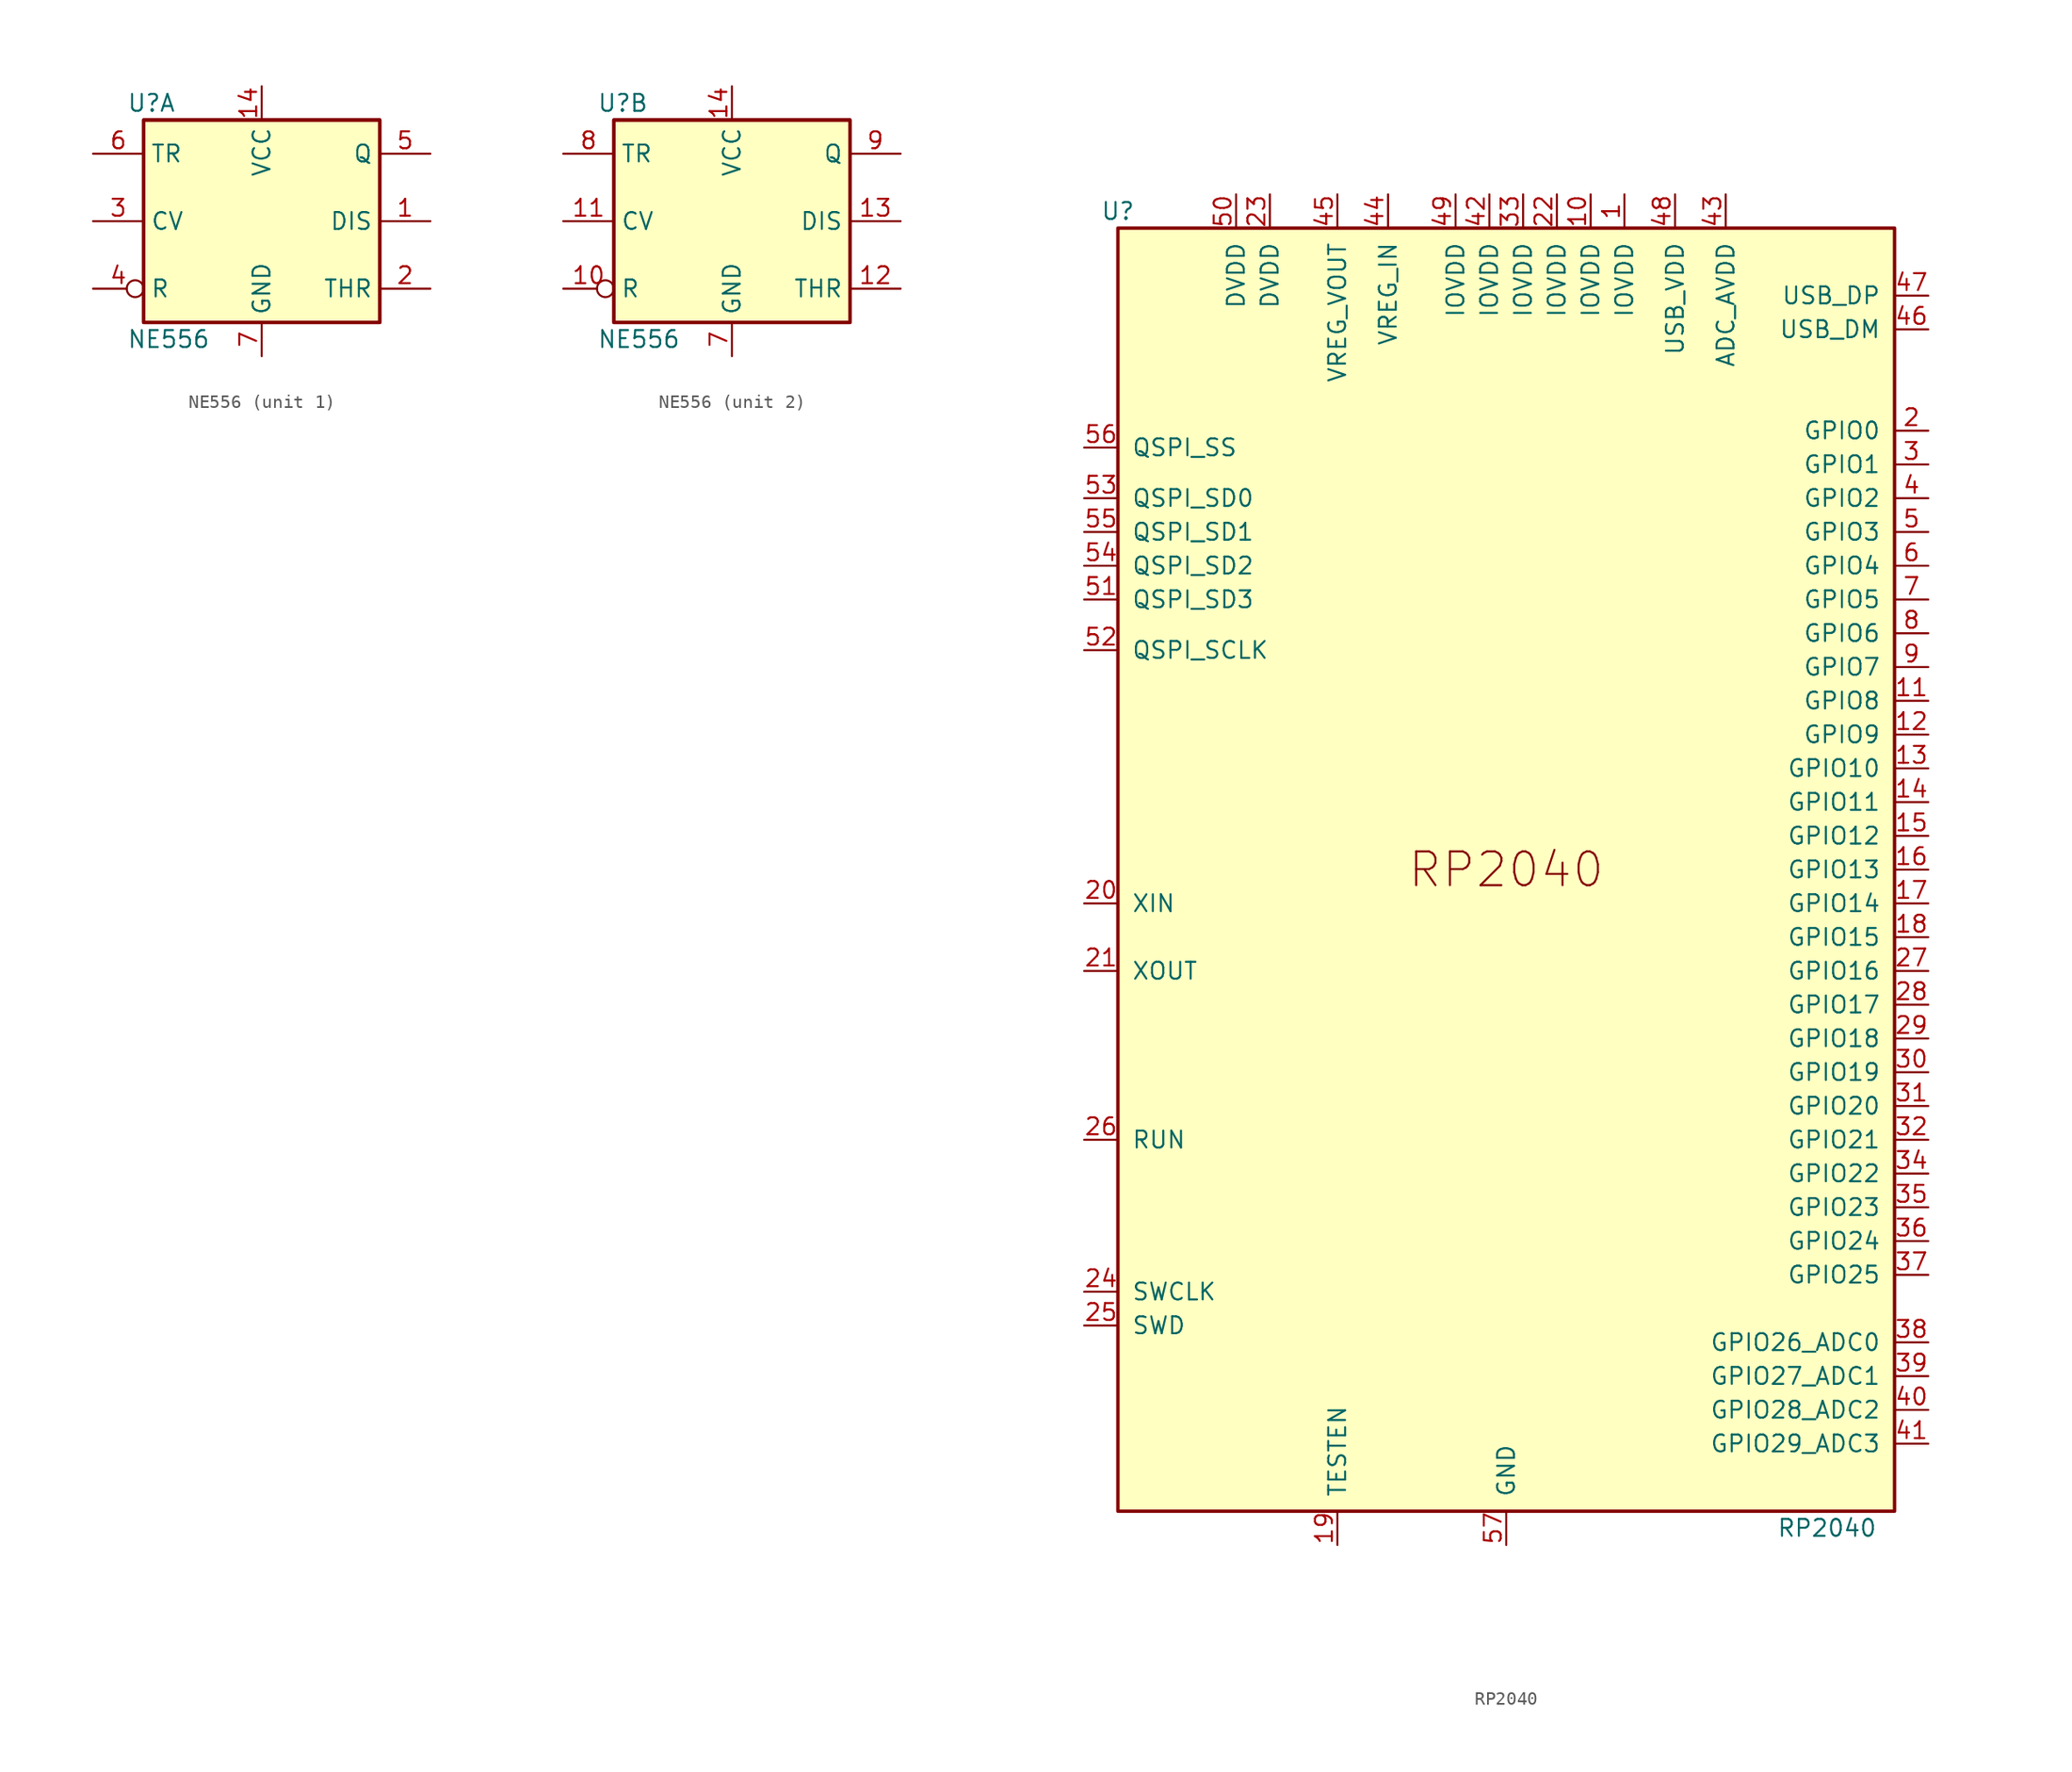
<source format=kicad_sym>
(kicad_symbol_lib
  (version 20220914)
  (generator kicad_symbol_editor)
  (symbol "NE556"
    (property "Reference" "U"
      (at -10.16 8.89 0)
      (effects (font (size 1.27 1.27)) (justify left)))
    (property "Value" "NE556"
      (at -10.16 -8.89 0)
      (effects (font (size 1.27 1.27)) (justify left)))
    (symbol "NE556_0_0"
      (pin power_in line (at 0 10.16 270) (length 2.54) (name "VCC" (effects (font (size 1.27 1.27)))) (number "14" (effects (font (size 1.27 1.27)))))
      (pin power_in line (at 0 -10.16 90) (length 2.54) (name "GND" (effects (font (size 1.27 1.27)))) (number "7" (effects (font (size 1.27 1.27))))))
    (symbol "NE556_0_1"
      (rectangle (start -8.89 -7.62) (end 8.89 7.62) (stroke (width 0.254) (type default)) (fill (type background)))
      (rectangle (start -8.89 -7.62) (end 8.89 7.62) (stroke (width 0.254) (type default)) (fill (type background))))
    (symbol "NE556_1_1"
      (pin input line (at 12.7 0 180) (length 3.81) (name "DIS" (effects (font (size 1.27 1.27)))) (number "1" (effects (font (size 1.27 1.27)))))
      (pin input line (at 12.7 -5.08 180) (length 3.81) (name "THR" (effects (font (size 1.27 1.27)))) (number "2" (effects (font (size 1.27 1.27)))))
      (pin input line (at -12.7 0 0) (length 3.81) (name "CV" (effects (font (size 1.27 1.27)))) (number "3" (effects (font (size 1.27 1.27)))))
      (pin input inverted (at -12.7 -5.08 0) (length 3.81) (name "R" (effects (font (size 1.27 1.27)))) (number "4" (effects (font (size 1.27 1.27)))))
      (pin output line (at 12.7 5.08 180) (length 3.81) (name "Q" (effects (font (size 1.27 1.27)))) (number "5" (effects (font (size 1.27 1.27)))))
      (pin input line (at -12.7 5.08 0) (length 3.81) (name "TR" (effects (font (size 1.27 1.27)))) (number "6" (effects (font (size 1.27 1.27))))))
    (symbol "NE556_2_1"
      (pin input inverted (at -12.7 -5.08 0) (length 3.81) (name "R" (effects (font (size 1.27 1.27)))) (number "10" (effects (font (size 1.27 1.27)))))
      (pin input line (at -12.7 0 0) (length 3.81) (name "CV" (effects (font (size 1.27 1.27)))) (number "11" (effects (font (size 1.27 1.27)))))
      (pin input line (at 12.7 -5.08 180) (length 3.81) (name "THR" (effects (font (size 1.27 1.27)))) (number "12" (effects (font (size 1.27 1.27)))))
      (pin input line (at 12.7 0 180) (length 3.81) (name "DIS" (effects (font (size 1.27 1.27)))) (number "13" (effects (font (size 1.27 1.27)))))
      (pin input line (at -12.7 5.08 0) (length 3.81) (name "TR" (effects (font (size 1.27 1.27)))) (number "8" (effects (font (size 1.27 1.27)))))
      (pin output line (at 12.7 5.08 180) (length 3.81) (name "Q" (effects (font (size 1.27 1.27)))) (number "9" (effects (font (size 1.27 1.27)))))))
  (symbol "RP2040"
    (pin_names
      (offset 1.016))
    (property "Reference" "U"
      (at -29.21 49.53 0)
      (effects (font (size 1.27 1.27))))
    (property "Value" "RP2040"
      (at 24.13 -49.53 0)
      (effects (font (size 1.27 1.27))))
    (symbol "RP2040_0_0"
      (text "RP2040" (at 0 0 0) (effects (font (size 2.54 2.54)))))
    (symbol "RP2040_0_1"
      (rectangle (start 29.21 48.26) (end -29.21 -48.26) (stroke (width 0.254) (type default)) (fill (type background))))
    (symbol "RP2040_1_1"
      (pin power_in line (at 8.89 50.8 270) (length 2.54) (name "IOVDD" (effects (font (size 1.27 1.27)))) (number "1" (effects (font (size 1.27 1.27)))))
      (pin power_in line (at 6.35 50.8 270) (length 2.54) (name "IOVDD" (effects (font (size 1.27 1.27)))) (number "10" (effects (font (size 1.27 1.27)))))
      (pin bidirectional line (at 31.75 12.7 180) (length 2.54) (name "GPIO8" (effects (font (size 1.27 1.27)))) (number "11" (effects (font (size 1.27 1.27)))))
      (pin bidirectional line (at 31.75 10.16 180) (length 2.54) (name "GPIO9" (effects (font (size 1.27 1.27)))) (number "12" (effects (font (size 1.27 1.27)))))
      (pin bidirectional line (at 31.75 7.62 180) (length 2.54) (name "GPIO10" (effects (font (size 1.27 1.27)))) (number "13" (effects (font (size 1.27 1.27)))))
      (pin bidirectional line (at 31.75 5.08 180) (length 2.54) (name "GPIO11" (effects (font (size 1.27 1.27)))) (number "14" (effects (font (size 1.27 1.27)))))
      (pin bidirectional line (at 31.75 2.54 180) (length 2.54) (name "GPIO12" (effects (font (size 1.27 1.27)))) (number "15" (effects (font (size 1.27 1.27)))))
      (pin bidirectional line (at 31.75 0 180) (length 2.54) (name "GPIO13" (effects (font (size 1.27 1.27)))) (number "16" (effects (font (size 1.27 1.27)))))
      (pin bidirectional line (at 31.75 -2.54 180) (length 2.54) (name "GPIO14" (effects (font (size 1.27 1.27)))) (number "17" (effects (font (size 1.27 1.27)))))
      (pin bidirectional line (at 31.75 -5.08 180) (length 2.54) (name "GPIO15" (effects (font (size 1.27 1.27)))) (number "18" (effects (font (size 1.27 1.27)))))
      (pin passive line (at -12.7 -50.8 90) (length 2.54) (name "TESTEN" (effects (font (size 1.27 1.27)))) (number "19" (effects (font (size 1.27 1.27)))))
      (pin bidirectional line (at 31.75 33.02 180) (length 2.54) (name "GPIO0" (effects (font (size 1.27 1.27)))) (number "2" (effects (font (size 1.27 1.27)))))
      (pin input line (at -31.75 -2.54 0) (length 2.54) (name "XIN" (effects (font (size 1.27 1.27)))) (number "20" (effects (font (size 1.27 1.27)))))
      (pin passive line (at -31.75 -7.62 0) (length 2.54) (name "XOUT" (effects (font (size 1.27 1.27)))) (number "21" (effects (font (size 1.27 1.27)))))
      (pin power_in line (at 3.81 50.8 270) (length 2.54) (name "IOVDD" (effects (font (size 1.27 1.27)))) (number "22" (effects (font (size 1.27 1.27)))))
      (pin power_in line (at -17.78 50.8 270) (length 2.54) (name "DVDD" (effects (font (size 1.27 1.27)))) (number "23" (effects (font (size 1.27 1.27)))))
      (pin output line (at -31.75 -31.75 0) (length 2.54) (name "SWCLK" (effects (font (size 1.27 1.27)))) (number "24" (effects (font (size 1.27 1.27)))))
      (pin bidirectional line (at -31.75 -34.29 0) (length 2.54) (name "SWD" (effects (font (size 1.27 1.27)))) (number "25" (effects (font (size 1.27 1.27)))))
      (pin input line (at -31.75 -20.32 0) (length 2.54) (name "RUN" (effects (font (size 1.27 1.27)))) (number "26" (effects (font (size 1.27 1.27)))))
      (pin bidirectional line (at 31.75 -7.62 180) (length 2.54) (name "GPIO16" (effects (font (size 1.27 1.27)))) (number "27" (effects (font (size 1.27 1.27)))))
      (pin bidirectional line (at 31.75 -10.16 180) (length 2.54) (name "GPIO17" (effects (font (size 1.27 1.27)))) (number "28" (effects (font (size 1.27 1.27)))))
      (pin bidirectional line (at 31.75 -12.7 180) (length 2.54) (name "GPIO18" (effects (font (size 1.27 1.27)))) (number "29" (effects (font (size 1.27 1.27)))))
      (pin bidirectional line (at 31.75 30.48 180) (length 2.54) (name "GPIO1" (effects (font (size 1.27 1.27)))) (number "3" (effects (font (size 1.27 1.27)))))
      (pin bidirectional line (at 31.75 -15.24 180) (length 2.54) (name "GPIO19" (effects (font (size 1.27 1.27)))) (number "30" (effects (font (size 1.27 1.27)))))
      (pin bidirectional line (at 31.75 -17.78 180) (length 2.54) (name "GPIO20" (effects (font (size 1.27 1.27)))) (number "31" (effects (font (size 1.27 1.27)))))
      (pin bidirectional line (at 31.75 -20.32 180) (length 2.54) (name "GPIO21" (effects (font (size 1.27 1.27)))) (number "32" (effects (font (size 1.27 1.27)))))
      (pin power_in line (at 1.27 50.8 270) (length 2.54) (name "IOVDD" (effects (font (size 1.27 1.27)))) (number "33" (effects (font (size 1.27 1.27)))))
      (pin bidirectional line (at 31.75 -22.86 180) (length 2.54) (name "GPIO22" (effects (font (size 1.27 1.27)))) (number "34" (effects (font (size 1.27 1.27)))))
      (pin bidirectional line (at 31.75 -25.4 180) (length 2.54) (name "GPIO23" (effects (font (size 1.27 1.27)))) (number "35" (effects (font (size 1.27 1.27)))))
      (pin bidirectional line (at 31.75 -27.94 180) (length 2.54) (name "GPIO24" (effects (font (size 1.27 1.27)))) (number "36" (effects (font (size 1.27 1.27)))))
      (pin bidirectional line (at 31.75 -30.48 180) (length 2.54) (name "GPIO25" (effects (font (size 1.27 1.27)))) (number "37" (effects (font (size 1.27 1.27)))))
      (pin bidirectional line (at 31.75 -35.56 180) (length 2.54) (name "GPIO26_ADC0" (effects (font (size 1.27 1.27)))) (number "38" (effects (font (size 1.27 1.27)))))
      (pin bidirectional line (at 31.75 -38.1 180) (length 2.54) (name "GPIO27_ADC1" (effects (font (size 1.27 1.27)))) (number "39" (effects (font (size 1.27 1.27)))))
      (pin bidirectional line (at 31.75 27.94 180) (length 2.54) (name "GPIO2" (effects (font (size 1.27 1.27)))) (number "4" (effects (font (size 1.27 1.27)))))
      (pin bidirectional line (at 31.75 -40.64 180) (length 2.54) (name "GPIO28_ADC2" (effects (font (size 1.27 1.27)))) (number "40" (effects (font (size 1.27 1.27)))))
      (pin bidirectional line (at 31.75 -43.18 180) (length 2.54) (name "GPIO29_ADC3" (effects (font (size 1.27 1.27)))) (number "41" (effects (font (size 1.27 1.27)))))
      (pin power_in line (at -1.27 50.8 270) (length 2.54) (name "IOVDD" (effects (font (size 1.27 1.27)))) (number "42" (effects (font (size 1.27 1.27)))))
      (pin power_in line (at 16.51 50.8 270) (length 2.54) (name "ADC_AVDD" (effects (font (size 1.27 1.27)))) (number "43" (effects (font (size 1.27 1.27)))))
      (pin power_in line (at -8.89 50.8 270) (length 2.54) (name "VREG_IN" (effects (font (size 1.27 1.27)))) (number "44" (effects (font (size 1.27 1.27)))))
      (pin power_out line (at -12.7 50.8 270) (length 2.54) (name "VREG_VOUT" (effects (font (size 1.27 1.27)))) (number "45" (effects (font (size 1.27 1.27)))))
      (pin bidirectional line (at 31.75 40.64 180) (length 2.54) (name "USB_DM" (effects (font (size 1.27 1.27)))) (number "46" (effects (font (size 1.27 1.27)))))
      (pin bidirectional line (at 31.75 43.18 180) (length 2.54) (name "USB_DP" (effects (font (size 1.27 1.27)))) (number "47" (effects (font (size 1.27 1.27)))))
      (pin power_in line (at 12.7 50.8 270) (length 2.54) (name "USB_VDD" (effects (font (size 1.27 1.27)))) (number "48" (effects (font (size 1.27 1.27)))))
      (pin power_in line (at -3.81 50.8 270) (length 2.54) (name "IOVDD" (effects (font (size 1.27 1.27)))) (number "49" (effects (font (size 1.27 1.27)))))
      (pin bidirectional line (at 31.75 25.4 180) (length 2.54) (name "GPIO3" (effects (font (size 1.27 1.27)))) (number "5" (effects (font (size 1.27 1.27)))))
      (pin power_in line (at -20.32 50.8 270) (length 2.54) (name "DVDD" (effects (font (size 1.27 1.27)))) (number "50" (effects (font (size 1.27 1.27)))))
      (pin bidirectional line (at -31.75 20.32 0) (length 2.54) (name "QSPI_SD3" (effects (font (size 1.27 1.27)))) (number "51" (effects (font (size 1.27 1.27)))))
      (pin output line (at -31.75 16.51 0) (length 2.54) (name "QSPI_SCLK" (effects (font (size 1.27 1.27)))) (number "52" (effects (font (size 1.27 1.27)))))
      (pin bidirectional line (at -31.75 27.94 0) (length 2.54) (name "QSPI_SD0" (effects (font (size 1.27 1.27)))) (number "53" (effects (font (size 1.27 1.27)))))
      (pin bidirectional line (at -31.75 22.86 0) (length 2.54) (name "QSPI_SD2" (effects (font (size 1.27 1.27)))) (number "54" (effects (font (size 1.27 1.27)))))
      (pin bidirectional line (at -31.75 25.4 0) (length 2.54) (name "QSPI_SD1" (effects (font (size 1.27 1.27)))) (number "55" (effects (font (size 1.27 1.27)))))
      (pin bidirectional line (at -31.75 31.75 0) (length 2.54) (name "QSPI_SS" (effects (font (size 1.27 1.27)))) (number "56" (effects (font (size 1.27 1.27)))))
      (pin power_in line (at 0 -50.8 90) (length 2.54) (name "GND" (effects (font (size 1.27 1.27)))) (number "57" (effects (font (size 1.27 1.27)))))
      (pin bidirectional line (at 31.75 22.86 180) (length 2.54) (name "GPIO4" (effects (font (size 1.27 1.27)))) (number "6" (effects (font (size 1.27 1.27)))))
      (pin bidirectional line (at 31.75 20.32 180) (length 2.54) (name "GPIO5" (effects (font (size 1.27 1.27)))) (number "7" (effects (font (size 1.27 1.27)))))
      (pin bidirectional line (at 31.75 17.78 180) (length 2.54) (name "GPIO6" (effects (font (size 1.27 1.27)))) (number "8" (effects (font (size 1.27 1.27)))))
      (pin bidirectional line (at 31.75 15.24 180) (length 2.54) (name "GPIO7" (effects (font (size 1.27 1.27)))) (number "9" (effects (font (size 1.27 1.27))))))))
</source>
